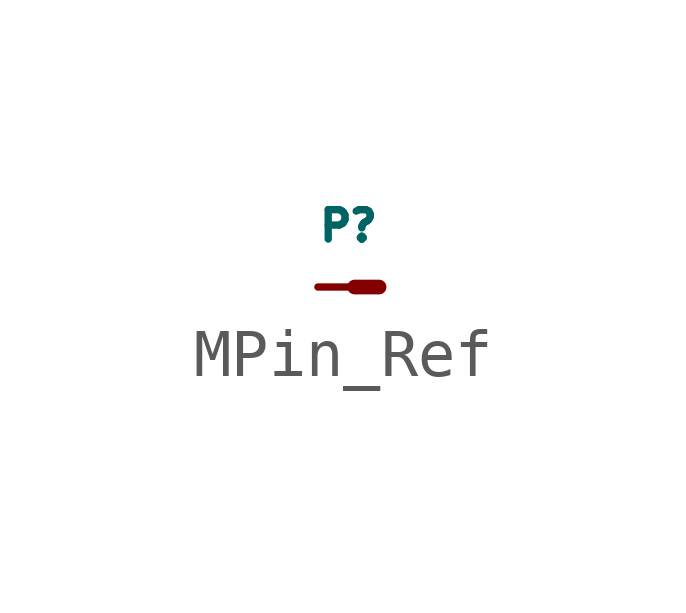
<source format=kicad_sym>
(kicad_symbol_lib
  (version 20220914)
  (generator kicad_symbol_editor)
  (symbol "MPin_Ref"
    (pin_numbers hide)
    (pin_names
      (offset 0))
    (property "Reference" "P"
      (at 0.635 1.27 0)
      (effects (font (size 0.61 0.61))))
    (symbol "MPin_Ref_0_1"
      (polyline (pts (xy 0.762 0) (xy 1.27 0)) (stroke (width 0.305) (type solid)) (fill (type none))))
    (symbol "MPin_Ref_1_1"
      (pin passive line (at 0 0 0) (length 0.635) (name "~" (effects (font (size 0.508 0.508)))) (number "1" (effects (font (size 0.508 0.508))))))))
</source>
